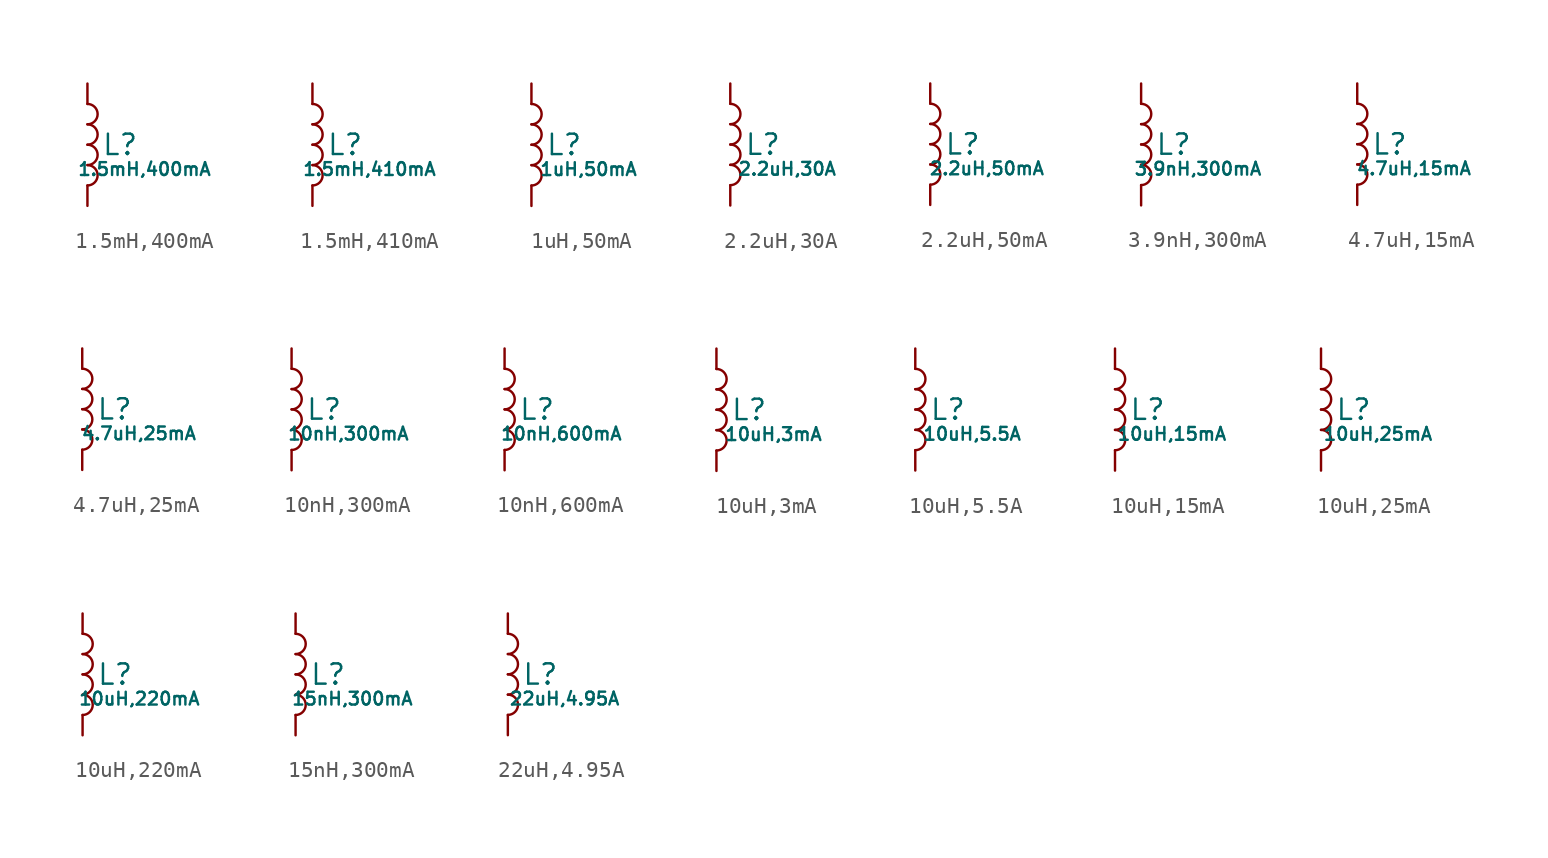
<source format=kicad_sym>
(kicad_symbol_lib
  (version 20231120)
  (generator "CDFER")
  (generator_version "8.0")
  (symbol "1.5mH,400mA"
    (pin_numbers hide)
    (pin_names
      (offset 0))
    (property "Reference" "L"
      (at 2.032 0 0)
      (effects (font (size 1.27 1.27)) (hide no)))
    (property "Value" "1.5mH,400mA"
      (at 3.556 -1.524 0)
      (effects (font (size 0.8 0.8)) (hide no)))
    (symbol "1.5mH,400mA_0_1"
      (arc (start 0 -2.54) (mid 0.6323 -1.905) (end 0 -1.27) (stroke (width 0) (type default)) (fill (type none)))
      (arc (start 0 -1.27) (mid 0.6323 -0.635) (end 0 0) (stroke (width 0) (type default)) (fill (type none)))
      (arc (start 0 0) (mid 0.6323 0.635) (end 0 1.27) (stroke (width 0) (type default)) (fill (type none)))
      (arc (start 0 1.27) (mid 0.6323 1.905) (end 0 2.54) (stroke (width 0) (type default)) (fill (type none))))
    (symbol "1.5mH,400mA_1_1"
      (pin passive line (at 0 3.81 270) (length 1.27) (name "~" (effects (font (size 1.27 1.27)))) (number "1" (effects (font (size 1.27 1.27)))))
      (pin passive line (at 0 -3.81 90) (length 1.27) (name "~" (effects (font (size 1.27 1.27)))) (number "2" (effects (font (size 1.27 1.27)))))))
  (symbol "1.5mH,410mA"
    (pin_numbers hide)
    (pin_names
      (offset 0))
    (property "Reference" "L"
      (at 2.032 0 0)
      (effects (font (size 1.27 1.27)) (hide no)))
    (property "Value" "1.5mH,410mA"
      (at 3.556 -1.524 0)
      (effects (font (size 0.8 0.8)) (hide no)))
    (symbol "1.5mH,410mA_0_1"
      (arc (start 0 -2.54) (mid 0.6323 -1.905) (end 0 -1.27) (stroke (width 0) (type default)) (fill (type none)))
      (arc (start 0 -1.27) (mid 0.6323 -0.635) (end 0 0) (stroke (width 0) (type default)) (fill (type none)))
      (arc (start 0 0) (mid 0.6323 0.635) (end 0 1.27) (stroke (width 0) (type default)) (fill (type none)))
      (arc (start 0 1.27) (mid 0.6323 1.905) (end 0 2.54) (stroke (width 0) (type default)) (fill (type none))))
    (symbol "1.5mH,410mA_1_1"
      (pin passive line (at 0 3.81 270) (length 1.27) (name "~" (effects (font (size 1.27 1.27)))) (number "1" (effects (font (size 1.27 1.27)))))
      (pin passive line (at 0 -3.81 90) (length 1.27) (name "~" (effects (font (size 1.27 1.27)))) (number "2" (effects (font (size 1.27 1.27)))))))
  (symbol "1uH,50mA"
    (pin_numbers hide)
    (pin_names
      (offset 0))
    (property "Reference" "L"
      (at 2.032 0 0)
      (effects (font (size 1.27 1.27)) (hide no)))
    (property "Value" "1uH,50mA"
      (at 3.556 -1.524 0)
      (effects (font (size 0.8 0.8)) (hide no)))
    (symbol "1uH,50mA_0_1"
      (arc (start 0 -2.54) (mid 0.6323 -1.905) (end 0 -1.27) (stroke (width 0) (type default)) (fill (type none)))
      (arc (start 0 -1.27) (mid 0.6323 -0.635) (end 0 0) (stroke (width 0) (type default)) (fill (type none)))
      (arc (start 0 0) (mid 0.6323 0.635) (end 0 1.27) (stroke (width 0) (type default)) (fill (type none)))
      (arc (start 0 1.27) (mid 0.6323 1.905) (end 0 2.54) (stroke (width 0) (type default)) (fill (type none))))
    (symbol "1uH,50mA_1_1"
      (pin passive line (at 0 3.81 270) (length 1.27) (name "~" (effects (font (size 1.27 1.27)))) (number "1" (effects (font (size 1.27 1.27)))))
      (pin passive line (at 0 -3.81 90) (length 1.27) (name "~" (effects (font (size 1.27 1.27)))) (number "2" (effects (font (size 1.27 1.27)))))))
  (symbol "2.2uH,30A"
    (pin_numbers hide)
    (pin_names
      (offset 0))
    (property "Reference" "L"
      (at 2.032 0 0)
      (effects (font (size 1.27 1.27)) (hide no)))
    (property "Value" "2.2uH,30A"
      (at 3.556 -1.524 0)
      (effects (font (size 0.8 0.8)) (hide no)))
    (symbol "2.2uH,30A_0_1"
      (arc (start 0 -2.54) (mid 0.6323 -1.905) (end 0 -1.27) (stroke (width 0) (type default)) (fill (type none)))
      (arc (start 0 -1.27) (mid 0.6323 -0.635) (end 0 0) (stroke (width 0) (type default)) (fill (type none)))
      (arc (start 0 0) (mid 0.6323 0.635) (end 0 1.27) (stroke (width 0) (type default)) (fill (type none)))
      (arc (start 0 1.27) (mid 0.6323 1.905) (end 0 2.54) (stroke (width 0) (type default)) (fill (type none))))
    (symbol "2.2uH,30A_1_1"
      (pin passive line (at 0 3.81 270) (length 1.27) (name "~" (effects (font (size 1.27 1.27)))) (number "1" (effects (font (size 1.27 1.27)))))
      (pin passive line (at 0 -3.81 90) (length 1.27) (name "~" (effects (font (size 1.27 1.27)))) (number "2" (effects (font (size 1.27 1.27)))))))
  (symbol "2.2uH,50mA"
    (pin_numbers hide)
    (pin_names
      (offset 0))
    (property "Reference" "L"
      (at 2.032 0 0)
      (effects (font (size 1.27 1.27)) (hide no)))
    (property "Value" "2.2uH,50mA"
      (at 3.556 -1.524 0)
      (effects (font (size 0.8 0.8)) (hide no)))
    (symbol "2.2uH,50mA_0_1"
      (arc (start 0 -2.54) (mid 0.6323 -1.905) (end 0 -1.27) (stroke (width 0) (type default)) (fill (type none)))
      (arc (start 0 -1.27) (mid 0.6323 -0.635) (end 0 0) (stroke (width 0) (type default)) (fill (type none)))
      (arc (start 0 0) (mid 0.6323 0.635) (end 0 1.27) (stroke (width 0) (type default)) (fill (type none)))
      (arc (start 0 1.27) (mid 0.6323 1.905) (end 0 2.54) (stroke (width 0) (type default)) (fill (type none))))
    (symbol "2.2uH,50mA_1_1"
      (pin passive line (at 0 3.81 270) (length 1.27) (name "~" (effects (font (size 1.27 1.27)))) (number "1" (effects (font (size 1.27 1.27)))))
      (pin passive line (at 0 -3.81 90) (length 1.27) (name "~" (effects (font (size 1.27 1.27)))) (number "2" (effects (font (size 1.27 1.27)))))))
  (symbol "3.9nH,300mA"
    (pin_numbers hide)
    (pin_names
      (offset 0))
    (property "Reference" "L"
      (at 2.032 0 0)
      (effects (font (size 1.27 1.27)) (hide no)))
    (property "Value" "3.9nH,300mA"
      (at 3.556 -1.524 0)
      (effects (font (size 0.8 0.8)) (hide no)))
    (symbol "3.9nH,300mA_0_1"
      (arc (start 0 -2.54) (mid 0.6323 -1.905) (end 0 -1.27) (stroke (width 0) (type default)) (fill (type none)))
      (arc (start 0 -1.27) (mid 0.6323 -0.635) (end 0 0) (stroke (width 0) (type default)) (fill (type none)))
      (arc (start 0 0) (mid 0.6323 0.635) (end 0 1.27) (stroke (width 0) (type default)) (fill (type none)))
      (arc (start 0 1.27) (mid 0.6323 1.905) (end 0 2.54) (stroke (width 0) (type default)) (fill (type none))))
    (symbol "3.9nH,300mA_1_1"
      (pin passive line (at 0 3.81 270) (length 1.27) (name "~" (effects (font (size 1.27 1.27)))) (number "1" (effects (font (size 1.27 1.27)))))
      (pin passive line (at 0 -3.81 90) (length 1.27) (name "~" (effects (font (size 1.27 1.27)))) (number "2" (effects (font (size 1.27 1.27)))))))
  (symbol "4.7uH,15mA"
    (pin_numbers hide)
    (pin_names
      (offset 0))
    (property "Reference" "L"
      (at 2.032 0 0)
      (effects (font (size 1.27 1.27)) (hide no)))
    (property "Value" "4.7uH,15mA"
      (at 3.556 -1.524 0)
      (effects (font (size 0.8 0.8)) (hide no)))
    (symbol "4.7uH,15mA_0_1"
      (arc (start 0 -2.54) (mid 0.6323 -1.905) (end 0 -1.27) (stroke (width 0) (type default)) (fill (type none)))
      (arc (start 0 -1.27) (mid 0.6323 -0.635) (end 0 0) (stroke (width 0) (type default)) (fill (type none)))
      (arc (start 0 0) (mid 0.6323 0.635) (end 0 1.27) (stroke (width 0) (type default)) (fill (type none)))
      (arc (start 0 1.27) (mid 0.6323 1.905) (end 0 2.54) (stroke (width 0) (type default)) (fill (type none))))
    (symbol "4.7uH,15mA_1_1"
      (pin passive line (at 0 3.81 270) (length 1.27) (name "~" (effects (font (size 1.27 1.27)))) (number "1" (effects (font (size 1.27 1.27)))))
      (pin passive line (at 0 -3.81 90) (length 1.27) (name "~" (effects (font (size 1.27 1.27)))) (number "2" (effects (font (size 1.27 1.27)))))))
  (symbol "4.7uH,25mA"
    (pin_numbers hide)
    (pin_names
      (offset 0))
    (property "Reference" "L"
      (at 2.032 0 0)
      (effects (font (size 1.27 1.27)) (hide no)))
    (property "Value" "4.7uH,25mA"
      (at 3.556 -1.524 0)
      (effects (font (size 0.8 0.8)) (hide no)))
    (symbol "4.7uH,25mA_0_1"
      (arc (start 0 -2.54) (mid 0.6323 -1.905) (end 0 -1.27) (stroke (width 0) (type default)) (fill (type none)))
      (arc (start 0 -1.27) (mid 0.6323 -0.635) (end 0 0) (stroke (width 0) (type default)) (fill (type none)))
      (arc (start 0 0) (mid 0.6323 0.635) (end 0 1.27) (stroke (width 0) (type default)) (fill (type none)))
      (arc (start 0 1.27) (mid 0.6323 1.905) (end 0 2.54) (stroke (width 0) (type default)) (fill (type none))))
    (symbol "4.7uH,25mA_1_1"
      (pin passive line (at 0 3.81 270) (length 1.27) (name "~" (effects (font (size 1.27 1.27)))) (number "1" (effects (font (size 1.27 1.27)))))
      (pin passive line (at 0 -3.81 90) (length 1.27) (name "~" (effects (font (size 1.27 1.27)))) (number "2" (effects (font (size 1.27 1.27)))))))
  (symbol "10nH,300mA"
    (pin_numbers hide)
    (pin_names
      (offset 0))
    (property "Reference" "L"
      (at 2.032 0 0)
      (effects (font (size 1.27 1.27)) (hide no)))
    (property "Value" "10nH,300mA"
      (at 3.556 -1.524 0)
      (effects (font (size 0.8 0.8)) (hide no)))
    (symbol "10nH,300mA_0_1"
      (arc (start 0 -2.54) (mid 0.6323 -1.905) (end 0 -1.27) (stroke (width 0) (type default)) (fill (type none)))
      (arc (start 0 -1.27) (mid 0.6323 -0.635) (end 0 0) (stroke (width 0) (type default)) (fill (type none)))
      (arc (start 0 0) (mid 0.6323 0.635) (end 0 1.27) (stroke (width 0) (type default)) (fill (type none)))
      (arc (start 0 1.27) (mid 0.6323 1.905) (end 0 2.54) (stroke (width 0) (type default)) (fill (type none))))
    (symbol "10nH,300mA_1_1"
      (pin passive line (at 0 3.81 270) (length 1.27) (name "~" (effects (font (size 1.27 1.27)))) (number "1" (effects (font (size 1.27 1.27)))))
      (pin passive line (at 0 -3.81 90) (length 1.27) (name "~" (effects (font (size 1.27 1.27)))) (number "2" (effects (font (size 1.27 1.27)))))))
  (symbol "10nH,600mA"
    (pin_numbers hide)
    (pin_names
      (offset 0))
    (property "Reference" "L"
      (at 2.032 0 0)
      (effects (font (size 1.27 1.27)) (hide no)))
    (property "Value" "10nH,600mA"
      (at 3.556 -1.524 0)
      (effects (font (size 0.8 0.8)) (hide no)))
    (symbol "10nH,600mA_0_1"
      (arc (start 0 -2.54) (mid 0.6323 -1.905) (end 0 -1.27) (stroke (width 0) (type default)) (fill (type none)))
      (arc (start 0 -1.27) (mid 0.6323 -0.635) (end 0 0) (stroke (width 0) (type default)) (fill (type none)))
      (arc (start 0 0) (mid 0.6323 0.635) (end 0 1.27) (stroke (width 0) (type default)) (fill (type none)))
      (arc (start 0 1.27) (mid 0.6323 1.905) (end 0 2.54) (stroke (width 0) (type default)) (fill (type none))))
    (symbol "10nH,600mA_1_1"
      (pin passive line (at 0 3.81 270) (length 1.27) (name "~" (effects (font (size 1.27 1.27)))) (number "1" (effects (font (size 1.27 1.27)))))
      (pin passive line (at 0 -3.81 90) (length 1.27) (name "~" (effects (font (size 1.27 1.27)))) (number "2" (effects (font (size 1.27 1.27)))))))
  (symbol "10uH,3mA"
    (pin_numbers hide)
    (pin_names
      (offset 0))
    (property "Reference" "L"
      (at 2.032 0 0)
      (effects (font (size 1.27 1.27)) (hide no)))
    (property "Value" "10uH,3mA"
      (at 3.556 -1.524 0)
      (effects (font (size 0.8 0.8)) (hide no)))
    (symbol "10uH,3mA_0_1"
      (arc (start 0 -2.54) (mid 0.6323 -1.905) (end 0 -1.27) (stroke (width 0) (type default)) (fill (type none)))
      (arc (start 0 -1.27) (mid 0.6323 -0.635) (end 0 0) (stroke (width 0) (type default)) (fill (type none)))
      (arc (start 0 0) (mid 0.6323 0.635) (end 0 1.27) (stroke (width 0) (type default)) (fill (type none)))
      (arc (start 0 1.27) (mid 0.6323 1.905) (end 0 2.54) (stroke (width 0) (type default)) (fill (type none))))
    (symbol "10uH,3mA_1_1"
      (pin passive line (at 0 3.81 270) (length 1.27) (name "~" (effects (font (size 1.27 1.27)))) (number "1" (effects (font (size 1.27 1.27)))))
      (pin passive line (at 0 -3.81 90) (length 1.27) (name "~" (effects (font (size 1.27 1.27)))) (number "2" (effects (font (size 1.27 1.27)))))))
  (symbol "10uH,5.5A"
    (pin_numbers hide)
    (pin_names
      (offset 0))
    (property "Reference" "L"
      (at 2.032 0 0)
      (effects (font (size 1.27 1.27)) (hide no)))
    (property "Value" "10uH,5.5A"
      (at 3.556 -1.524 0)
      (effects (font (size 0.8 0.8)) (hide no)))
    (symbol "10uH,5.5A_0_1"
      (arc (start 0 -2.54) (mid 0.6323 -1.905) (end 0 -1.27) (stroke (width 0) (type default)) (fill (type none)))
      (arc (start 0 -1.27) (mid 0.6323 -0.635) (end 0 0) (stroke (width 0) (type default)) (fill (type none)))
      (arc (start 0 0) (mid 0.6323 0.635) (end 0 1.27) (stroke (width 0) (type default)) (fill (type none)))
      (arc (start 0 1.27) (mid 0.6323 1.905) (end 0 2.54) (stroke (width 0) (type default)) (fill (type none))))
    (symbol "10uH,5.5A_1_1"
      (pin passive line (at 0 3.81 270) (length 1.27) (name "~" (effects (font (size 1.27 1.27)))) (number "1" (effects (font (size 1.27 1.27)))))
      (pin passive line (at 0 -3.81 90) (length 1.27) (name "~" (effects (font (size 1.27 1.27)))) (number "2" (effects (font (size 1.27 1.27)))))))
  (symbol "10uH,15mA"
    (pin_numbers hide)
    (pin_names
      (offset 0))
    (property "Reference" "L"
      (at 2.032 0 0)
      (effects (font (size 1.27 1.27)) (hide no)))
    (property "Value" "10uH,15mA"
      (at 3.556 -1.524 0)
      (effects (font (size 0.8 0.8)) (hide no)))
    (symbol "10uH,15mA_0_1"
      (arc (start 0 -2.54) (mid 0.6323 -1.905) (end 0 -1.27) (stroke (width 0) (type default)) (fill (type none)))
      (arc (start 0 -1.27) (mid 0.6323 -0.635) (end 0 0) (stroke (width 0) (type default)) (fill (type none)))
      (arc (start 0 0) (mid 0.6323 0.635) (end 0 1.27) (stroke (width 0) (type default)) (fill (type none)))
      (arc (start 0 1.27) (mid 0.6323 1.905) (end 0 2.54) (stroke (width 0) (type default)) (fill (type none))))
    (symbol "10uH,15mA_1_1"
      (pin passive line (at 0 3.81 270) (length 1.27) (name "~" (effects (font (size 1.27 1.27)))) (number "1" (effects (font (size 1.27 1.27)))))
      (pin passive line (at 0 -3.81 90) (length 1.27) (name "~" (effects (font (size 1.27 1.27)))) (number "2" (effects (font (size 1.27 1.27)))))))
  (symbol "10uH,25mA"
    (pin_numbers hide)
    (pin_names
      (offset 0))
    (property "Reference" "L"
      (at 2.032 0 0)
      (effects (font (size 1.27 1.27)) (hide no)))
    (property "Value" "10uH,25mA"
      (at 3.556 -1.524 0)
      (effects (font (size 0.8 0.8)) (hide no)))
    (symbol "10uH,25mA_0_1"
      (arc (start 0 -2.54) (mid 0.6323 -1.905) (end 0 -1.27) (stroke (width 0) (type default)) (fill (type none)))
      (arc (start 0 -1.27) (mid 0.6323 -0.635) (end 0 0) (stroke (width 0) (type default)) (fill (type none)))
      (arc (start 0 0) (mid 0.6323 0.635) (end 0 1.27) (stroke (width 0) (type default)) (fill (type none)))
      (arc (start 0 1.27) (mid 0.6323 1.905) (end 0 2.54) (stroke (width 0) (type default)) (fill (type none))))
    (symbol "10uH,25mA_1_1"
      (pin passive line (at 0 3.81 270) (length 1.27) (name "~" (effects (font (size 1.27 1.27)))) (number "1" (effects (font (size 1.27 1.27)))))
      (pin passive line (at 0 -3.81 90) (length 1.27) (name "~" (effects (font (size 1.27 1.27)))) (number "2" (effects (font (size 1.27 1.27)))))))
  (symbol "10uH,220mA"
    (pin_numbers hide)
    (pin_names
      (offset 0))
    (property "Reference" "L"
      (at 2.032 0 0)
      (effects (font (size 1.27 1.27)) (hide no)))
    (property "Value" "10uH,220mA"
      (at 3.556 -1.524 0)
      (effects (font (size 0.8 0.8)) (hide no)))
    (symbol "10uH,220mA_0_1"
      (arc (start 0 -2.54) (mid 0.6323 -1.905) (end 0 -1.27) (stroke (width 0) (type default)) (fill (type none)))
      (arc (start 0 -1.27) (mid 0.6323 -0.635) (end 0 0) (stroke (width 0) (type default)) (fill (type none)))
      (arc (start 0 0) (mid 0.6323 0.635) (end 0 1.27) (stroke (width 0) (type default)) (fill (type none)))
      (arc (start 0 1.27) (mid 0.6323 1.905) (end 0 2.54) (stroke (width 0) (type default)) (fill (type none))))
    (symbol "10uH,220mA_1_1"
      (pin passive line (at 0 3.81 270) (length 1.27) (name "~" (effects (font (size 1.27 1.27)))) (number "1" (effects (font (size 1.27 1.27)))))
      (pin passive line (at 0 -3.81 90) (length 1.27) (name "~" (effects (font (size 1.27 1.27)))) (number "2" (effects (font (size 1.27 1.27)))))))
  (symbol "15nH,300mA"
    (pin_numbers hide)
    (pin_names
      (offset 0))
    (property "Reference" "L"
      (at 2.032 0 0)
      (effects (font (size 1.27 1.27)) (hide no)))
    (property "Value" "15nH,300mA"
      (at 3.556 -1.524 0)
      (effects (font (size 0.8 0.8)) (hide no)))
    (symbol "15nH,300mA_0_1"
      (arc (start 0 -2.54) (mid 0.6323 -1.905) (end 0 -1.27) (stroke (width 0) (type default)) (fill (type none)))
      (arc (start 0 -1.27) (mid 0.6323 -0.635) (end 0 0) (stroke (width 0) (type default)) (fill (type none)))
      (arc (start 0 0) (mid 0.6323 0.635) (end 0 1.27) (stroke (width 0) (type default)) (fill (type none)))
      (arc (start 0 1.27) (mid 0.6323 1.905) (end 0 2.54) (stroke (width 0) (type default)) (fill (type none))))
    (symbol "15nH,300mA_1_1"
      (pin passive line (at 0 3.81 270) (length 1.27) (name "~" (effects (font (size 1.27 1.27)))) (number "1" (effects (font (size 1.27 1.27)))))
      (pin passive line (at 0 -3.81 90) (length 1.27) (name "~" (effects (font (size 1.27 1.27)))) (number "2" (effects (font (size 1.27 1.27)))))))
  (symbol "22uH,4.95A"
    (pin_numbers hide)
    (pin_names
      (offset 0))
    (property "Reference" "L"
      (at 2.032 0 0)
      (effects (font (size 1.27 1.27)) (hide no)))
    (property "Value" "22uH,4.95A"
      (at 3.556 -1.524 0)
      (effects (font (size 0.8 0.8)) (hide no)))
    (symbol "22uH,4.95A_0_1"
      (arc (start 0 -2.54) (mid 0.6323 -1.905) (end 0 -1.27) (stroke (width 0) (type default)) (fill (type none)))
      (arc (start 0 -1.27) (mid 0.6323 -0.635) (end 0 0) (stroke (width 0) (type default)) (fill (type none)))
      (arc (start 0 0) (mid 0.6323 0.635) (end 0 1.27) (stroke (width 0) (type default)) (fill (type none)))
      (arc (start 0 1.27) (mid 0.6323 1.905) (end 0 2.54) (stroke (width 0) (type default)) (fill (type none))))
    (symbol "22uH,4.95A_1_1"
      (pin passive line (at 0 3.81 270) (length 1.27) (name "~" (effects (font (size 1.27 1.27)))) (number "1" (effects (font (size 1.27 1.27)))))
      (pin passive line (at 0 -3.81 90) (length 1.27) (name "~" (effects (font (size 1.27 1.27)))) (number "2" (effects (font (size 1.27 1.27))))))))
</source>
